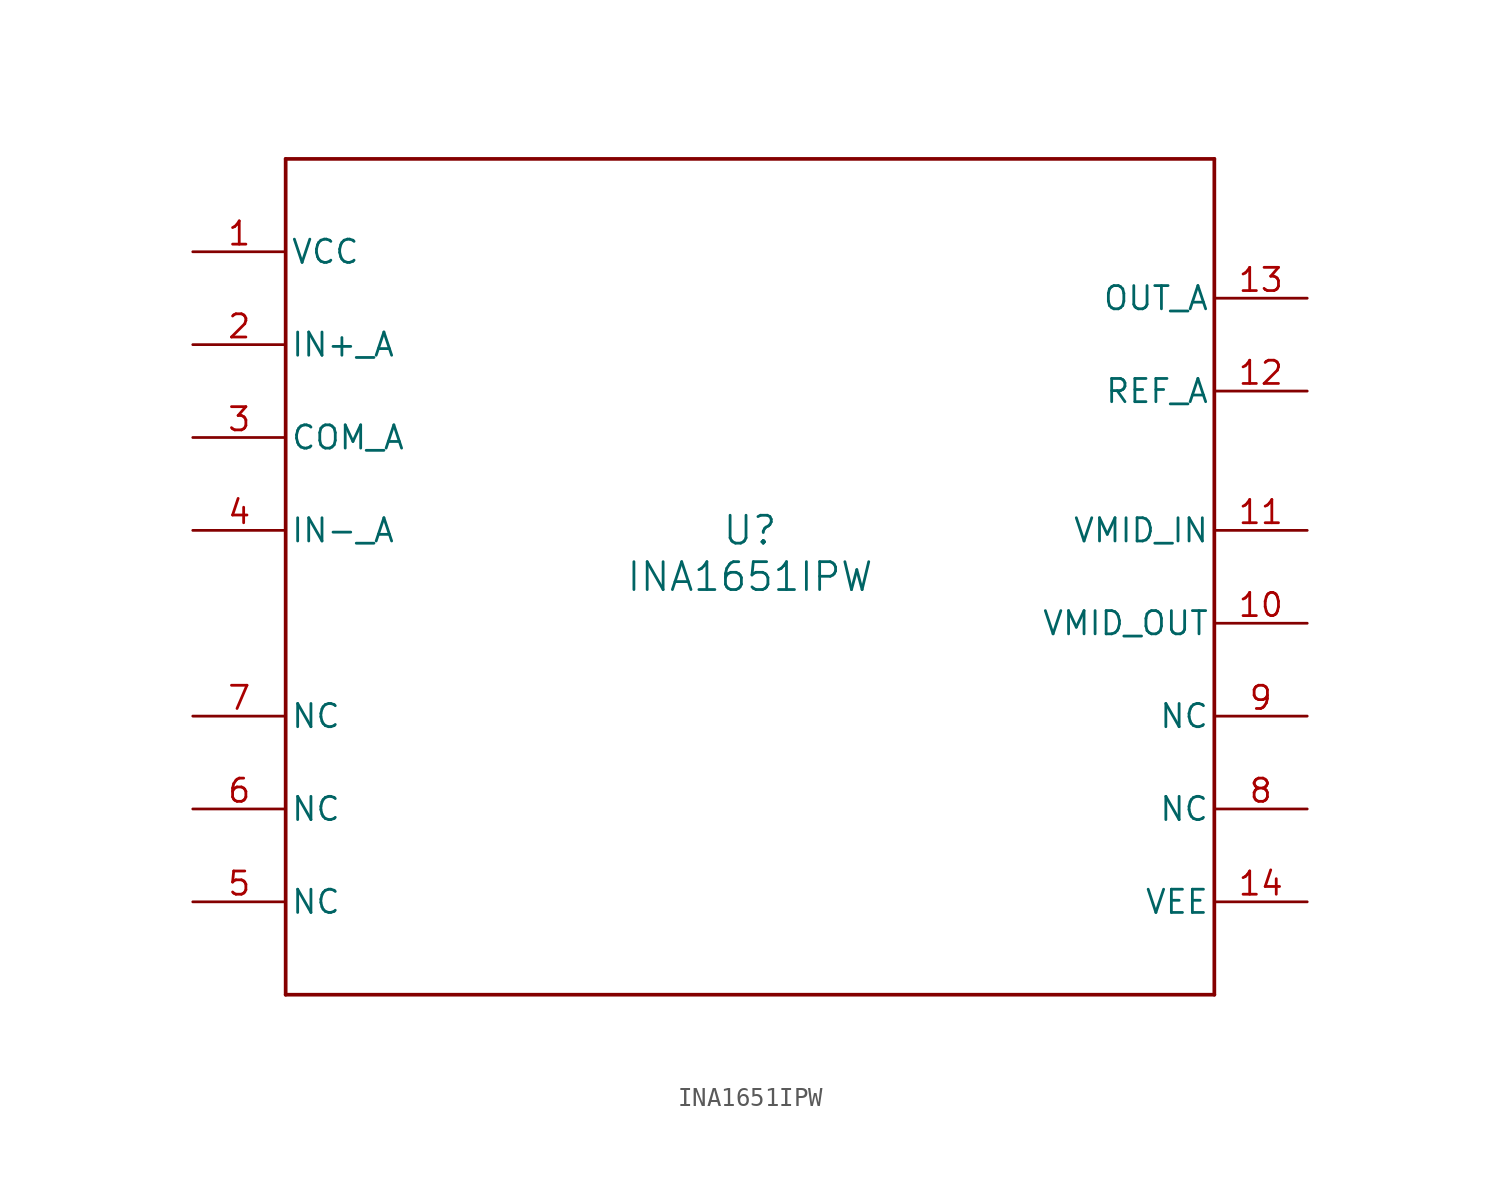
<source format=kicad_sym>
(kicad_symbol_lib
  (version 20220914)
  (generator kicad_symbol_editor)
  (symbol "INA1651IPW"
    (pin_names
      (offset 0.254))
    (property "Reference" "U"
      (at 0 2.54 0)
      (effects (font (size 1.524 1.524))))
    (property "Value" "INA1651IPW"
      (at 0 0 0)
      (effects (font (size 1.524 1.524))))
    (symbol "INA1651IPW_0_1"
      (polyline (pts (xy -25.4 -22.86) (xy 25.4 -22.86)) (stroke (width 0.203) (type default)) (fill (type none)))
      (polyline (pts (xy -25.4 22.86) (xy -25.4 -22.86)) (stroke (width 0.203) (type default)) (fill (type none)))
      (polyline (pts (xy 25.4 -22.86) (xy 25.4 22.86)) (stroke (width 0.203) (type default)) (fill (type none)))
      (polyline (pts (xy 25.4 22.86) (xy -25.4 22.86)) (stroke (width 0.203) (type default)) (fill (type none)))
      (pin power_in line (at -30.48 17.78 0) (length 5.08) (name "VCC" (effects (font (size 1.27 1.27)))) (number "1" (effects (font (size 1.27 1.27)))))
      (pin output line (at 30.48 -2.54 180) (length 5.08) (name "VMID_OUT" (effects (font (size 1.27 1.27)))) (number "10" (effects (font (size 1.27 1.27)))))
      (pin input line (at 30.48 2.54 180) (length 5.08) (name "VMID_IN" (effects (font (size 1.27 1.27)))) (number "11" (effects (font (size 1.27 1.27)))))
      (pin input line (at 30.48 10.16 180) (length 5.08) (name "REF_A" (effects (font (size 1.27 1.27)))) (number "12" (effects (font (size 1.27 1.27)))))
      (pin output line (at 30.48 15.24 180) (length 5.08) (name "OUT_A" (effects (font (size 1.27 1.27)))) (number "13" (effects (font (size 1.27 1.27)))))
      (pin power_in line (at 30.48 -17.78 180) (length 5.08) (name "VEE" (effects (font (size 1.27 1.27)))) (number "14" (effects (font (size 1.27 1.27)))))
      (pin input line (at -30.48 12.7 0) (length 5.08) (name "IN+_A" (effects (font (size 1.27 1.27)))) (number "2" (effects (font (size 1.27 1.27)))))
      (pin input line (at -30.48 7.62 0) (length 5.08) (name "COM_A" (effects (font (size 1.27 1.27)))) (number "3" (effects (font (size 1.27 1.27)))))
      (pin input line (at -30.48 2.54 0) (length 5.08) (name "IN-_A" (effects (font (size 1.27 1.27)))) (number "4" (effects (font (size 1.27 1.27)))))
      (pin unspecified line (at -30.48 -17.78 0) (length 5.08) (name "NC" (effects (font (size 1.27 1.27)))) (number "5" (effects (font (size 1.27 1.27)))))
      (pin unspecified line (at -30.48 -12.7 0) (length 5.08) (name "NC" (effects (font (size 1.27 1.27)))) (number "6" (effects (font (size 1.27 1.27)))))
      (pin unspecified line (at -30.48 -7.62 0) (length 5.08) (name "NC" (effects (font (size 1.27 1.27)))) (number "7" (effects (font (size 1.27 1.27)))))
      (pin unspecified line (at 30.48 -12.7 180) (length 5.08) (name "NC" (effects (font (size 1.27 1.27)))) (number "8" (effects (font (size 1.27 1.27)))))
      (pin unspecified line (at 30.48 -7.62 180) (length 5.08) (name "NC" (effects (font (size 1.27 1.27)))) (number "9" (effects (font (size 1.27 1.27))))))))
</source>
